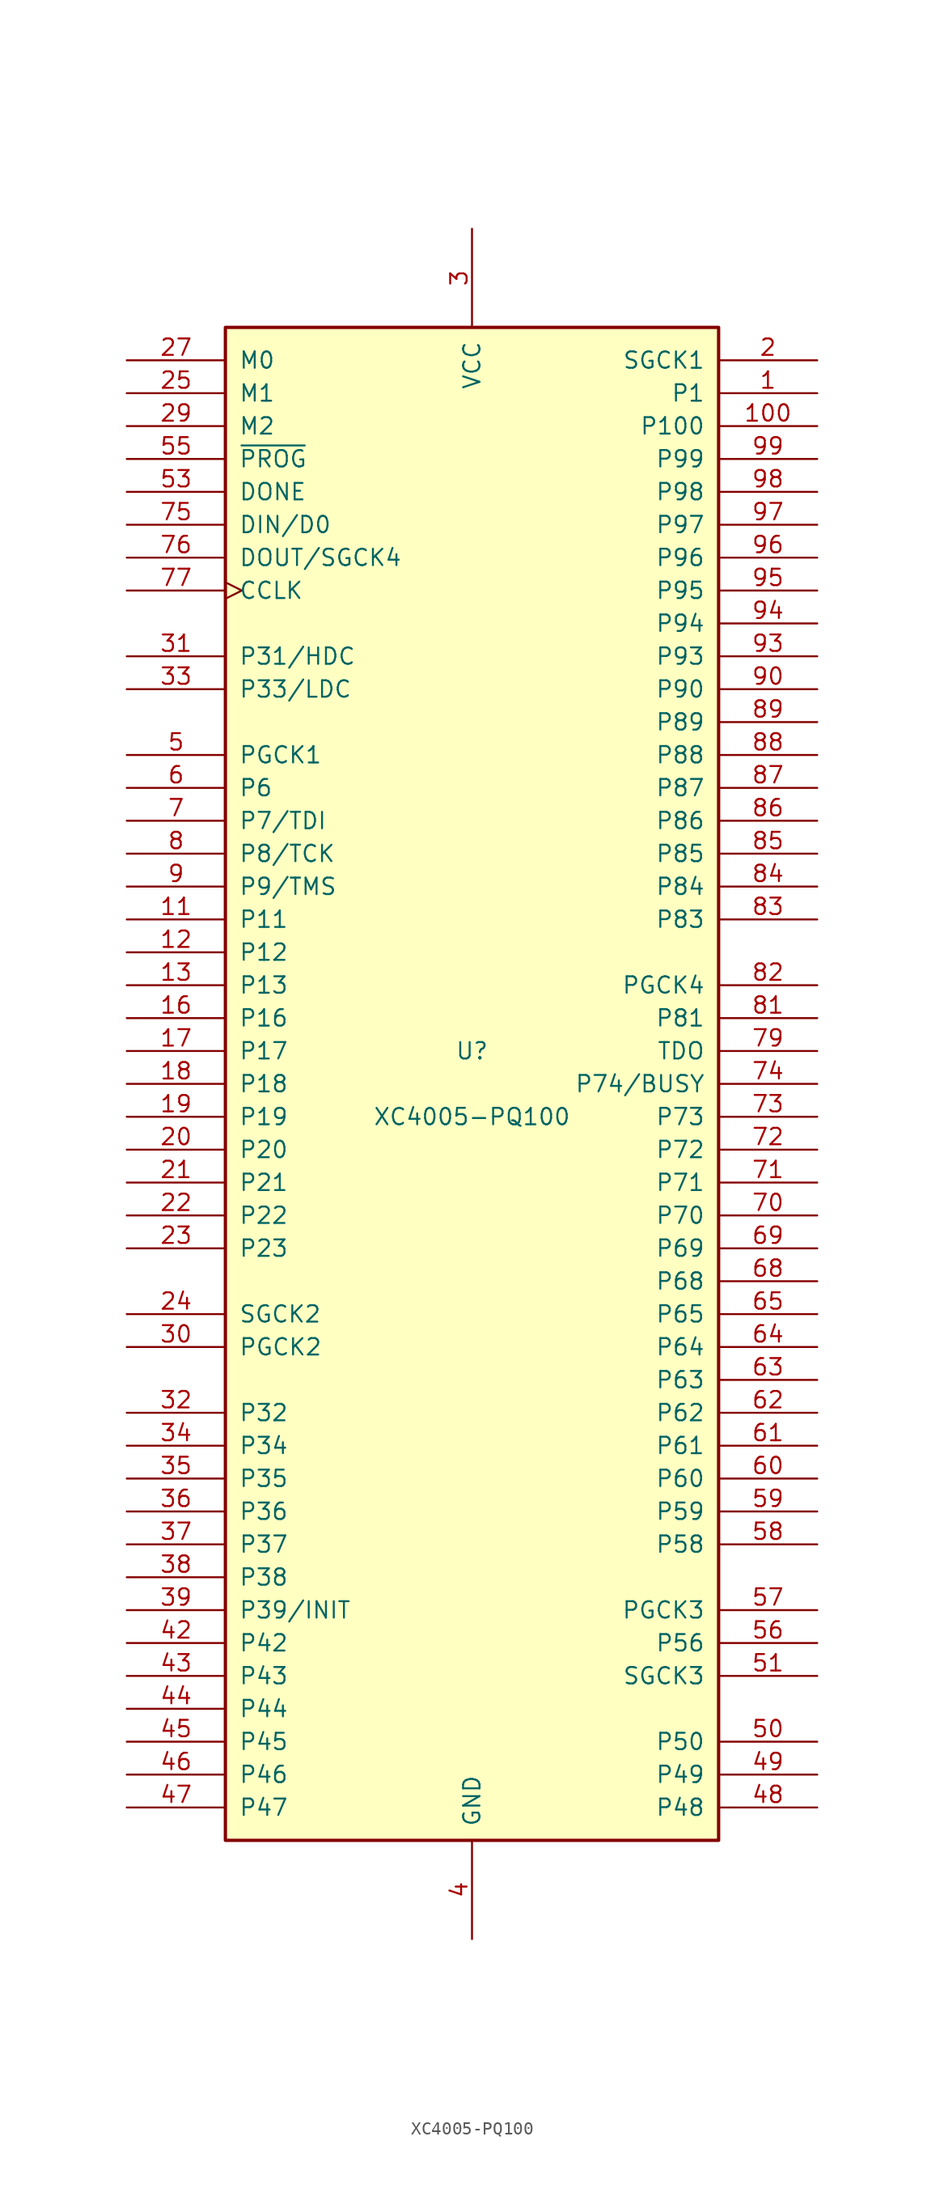
<source format=kicad_sym>
(kicad_symbol_lib
  (version 20241209)
  (generator "kicad_symbol_editor")
  (generator_version "9.0")
  (symbol "XC4005-PQ100"
    (pin_names
      (offset 1.016))
    (property "Reference" "U"
      (at 0 2.54 0)
      (effects (font (size 1.27 1.27))))
    (property "Value" "XC4005-PQ100"
      (at 0 -2.54 0)
      (effects (font (size 1.27 1.27))))
    (symbol "XC4005-PQ100_0_1"
      (rectangle (start -19.05 -58.42) (end 19.05 58.42) (stroke (width 0.254) (type default)) (fill (type background))))
    (symbol "XC4005-PQ100_1_1"
      (pin input line (at -26.67 55.88 0) (length 7.62) (name "M0" (effects (font (size 1.27 1.27)))) (number "27" (effects (font (size 1.27 1.27)))))
      (pin passive line (at -26.67 53.34 0) (length 7.62) (name "M1" (effects (font (size 1.27 1.27)))) (number "25" (effects (font (size 1.27 1.27)))))
      (pin input line (at -26.67 50.8 0) (length 7.62) (name "M2" (effects (font (size 1.27 1.27)))) (number "29" (effects (font (size 1.27 1.27)))))
      (pin input line (at -26.67 48.26 0) (length 7.62) (name "~{PROG}" (effects (font (size 1.27 1.27)))) (number "55" (effects (font (size 1.27 1.27)))))
      (pin open_collector line (at -26.67 45.72 0) (length 7.62) (name "DONE" (effects (font (size 1.27 1.27)))) (number "53" (effects (font (size 1.27 1.27)))))
      (pin passive line (at -26.67 43.18 0) (length 7.62) (name "DIN/D0" (effects (font (size 1.27 1.27)))) (number "75" (effects (font (size 1.27 1.27)))))
      (pin passive line (at -26.67 40.64 0) (length 7.62) (name "DOUT/SGCK4" (effects (font (size 1.27 1.27)))) (number "76" (effects (font (size 1.27 1.27)))))
      (pin input clock (at -26.67 38.1 0) (length 7.62) (name "CCLK" (effects (font (size 1.27 1.27)))) (number "77" (effects (font (size 1.27 1.27)))))
      (pin passive line (at -26.67 33.02 0) (length 7.62) (name "P31/HDC" (effects (font (size 1.27 1.27)))) (number "31" (effects (font (size 1.27 1.27)))))
      (pin passive line (at -26.67 30.48 0) (length 7.62) (name "P33/LDC" (effects (font (size 1.27 1.27)))) (number "33" (effects (font (size 1.27 1.27)))))
      (pin passive line (at -26.67 25.4 0) (length 7.62) (name "PGCK1" (effects (font (size 1.27 1.27)))) (number "5" (effects (font (size 1.27 1.27)))))
      (pin passive line (at -26.67 22.86 0) (length 7.62) (name "P6" (effects (font (size 1.27 1.27)))) (number "6" (effects (font (size 1.27 1.27)))))
      (pin passive line (at -26.67 20.32 0) (length 7.62) (name "P7/TDI" (effects (font (size 1.27 1.27)))) (number "7" (effects (font (size 1.27 1.27)))))
      (pin passive line (at -26.67 17.78 0) (length 7.62) (name "P8/TCK" (effects (font (size 1.27 1.27)))) (number "8" (effects (font (size 1.27 1.27)))))
      (pin passive line (at -26.67 15.24 0) (length 7.62) (name "P9/TMS" (effects (font (size 1.27 1.27)))) (number "9" (effects (font (size 1.27 1.27)))))
      (pin passive line (at -26.67 12.7 0) (length 7.62) (name "P11" (effects (font (size 1.27 1.27)))) (number "11" (effects (font (size 1.27 1.27)))))
      (pin passive line (at -26.67 10.16 0) (length 7.62) (name "P12" (effects (font (size 1.27 1.27)))) (number "12" (effects (font (size 1.27 1.27)))))
      (pin passive line (at -26.67 7.62 0) (length 7.62) (name "P13" (effects (font (size 1.27 1.27)))) (number "13" (effects (font (size 1.27 1.27)))))
      (pin passive line (at -26.67 5.08 0) (length 7.62) (name "P16" (effects (font (size 1.27 1.27)))) (number "16" (effects (font (size 1.27 1.27)))))
      (pin passive line (at -26.67 2.54 0) (length 7.62) (name "P17" (effects (font (size 1.27 1.27)))) (number "17" (effects (font (size 1.27 1.27)))))
      (pin passive line (at -26.67 0 0) (length 7.62) (name "P18" (effects (font (size 1.27 1.27)))) (number "18" (effects (font (size 1.27 1.27)))))
      (pin passive line (at -26.67 -2.54 0) (length 7.62) (name "P19" (effects (font (size 1.27 1.27)))) (number "19" (effects (font (size 1.27 1.27)))))
      (pin passive line (at -26.67 -5.08 0) (length 7.62) (name "P20" (effects (font (size 1.27 1.27)))) (number "20" (effects (font (size 1.27 1.27)))))
      (pin passive line (at -26.67 -7.62 0) (length 7.62) (name "P21" (effects (font (size 1.27 1.27)))) (number "21" (effects (font (size 1.27 1.27)))))
      (pin passive line (at -26.67 -10.16 0) (length 7.62) (name "P22" (effects (font (size 1.27 1.27)))) (number "22" (effects (font (size 1.27 1.27)))))
      (pin passive line (at -26.67 -12.7 0) (length 7.62) (name "P23" (effects (font (size 1.27 1.27)))) (number "23" (effects (font (size 1.27 1.27)))))
      (pin passive line (at -26.67 -17.78 0) (length 7.62) (name "SGCK2" (effects (font (size 1.27 1.27)))) (number "24" (effects (font (size 1.27 1.27)))))
      (pin passive line (at -26.67 -20.32 0) (length 7.62) (name "PGCK2" (effects (font (size 1.27 1.27)))) (number "30" (effects (font (size 1.27 1.27)))))
      (pin passive line (at -26.67 -25.4 0) (length 7.62) (name "P32" (effects (font (size 1.27 1.27)))) (number "32" (effects (font (size 1.27 1.27)))))
      (pin passive line (at -26.67 -27.94 0) (length 7.62) (name "P34" (effects (font (size 1.27 1.27)))) (number "34" (effects (font (size 1.27 1.27)))))
      (pin passive line (at -26.67 -30.48 0) (length 7.62) (name "P35" (effects (font (size 1.27 1.27)))) (number "35" (effects (font (size 1.27 1.27)))))
      (pin passive line (at -26.67 -33.02 0) (length 7.62) (name "P36" (effects (font (size 1.27 1.27)))) (number "36" (effects (font (size 1.27 1.27)))))
      (pin passive line (at -26.67 -35.56 0) (length 7.62) (name "P37" (effects (font (size 1.27 1.27)))) (number "37" (effects (font (size 1.27 1.27)))))
      (pin passive line (at -26.67 -38.1 0) (length 7.62) (name "P38" (effects (font (size 1.27 1.27)))) (number "38" (effects (font (size 1.27 1.27)))))
      (pin passive line (at -26.67 -40.64 0) (length 7.62) (name "P39/INIT" (effects (font (size 1.27 1.27)))) (number "39" (effects (font (size 1.27 1.27)))))
      (pin passive line (at -26.67 -43.18 0) (length 7.62) (name "P42" (effects (font (size 1.27 1.27)))) (number "42" (effects (font (size 1.27 1.27)))))
      (pin passive line (at -26.67 -45.72 0) (length 7.62) (name "P43" (effects (font (size 1.27 1.27)))) (number "43" (effects (font (size 1.27 1.27)))))
      (pin passive line (at -26.67 -48.26 0) (length 7.62) (name "P44" (effects (font (size 1.27 1.27)))) (number "44" (effects (font (size 1.27 1.27)))))
      (pin passive line (at -26.67 -50.8 0) (length 7.62) (name "P45" (effects (font (size 1.27 1.27)))) (number "45" (effects (font (size 1.27 1.27)))))
      (pin passive line (at -26.67 -53.34 0) (length 7.62) (name "P46" (effects (font (size 1.27 1.27)))) (number "46" (effects (font (size 1.27 1.27)))))
      (pin passive line (at -26.67 -55.88 0) (length 7.62) (name "P47" (effects (font (size 1.27 1.27)))) (number "47" (effects (font (size 1.27 1.27)))))
      (pin passive line (at 0 66.04 270) (length 7.62) (hide yes) (name "VCC" (effects (font (size 1.27 1.27)))) (number "15" (effects (font (size 1.27 1.27)))))
      (pin passive line (at 0 66.04 270) (length 7.62) (hide yes) (name "VCC" (effects (font (size 1.27 1.27)))) (number "28" (effects (font (size 1.27 1.27)))))
      (pin power_in line (at 0 66.04 270) (length 7.62) (name "VCC" (effects (font (size 1.27 1.27)))) (number "3" (effects (font (size 1.27 1.27)))))
      (pin passive line (at 0 66.04 270) (length 7.62) (hide yes) (name "VCC" (effects (font (size 1.27 1.27)))) (number "40" (effects (font (size 1.27 1.27)))))
      (pin passive line (at 0 66.04 270) (length 7.62) (hide yes) (name "VCC" (effects (font (size 1.27 1.27)))) (number "54" (effects (font (size 1.27 1.27)))))
      (pin passive line (at 0 66.04 270) (length 7.62) (hide yes) (name "VCC" (effects (font (size 1.27 1.27)))) (number "66" (effects (font (size 1.27 1.27)))))
      (pin passive line (at 0 66.04 270) (length 7.62) (hide yes) (name "VCC" (effects (font (size 1.27 1.27)))) (number "78" (effects (font (size 1.27 1.27)))))
      (pin passive line (at 0 66.04 270) (length 7.62) (hide yes) (name "VCC" (effects (font (size 1.27 1.27)))) (number "92" (effects (font (size 1.27 1.27)))))
      (pin passive line (at 0 -66.04 90) (length 7.62) (hide yes) (name "GND" (effects (font (size 1.27 1.27)))) (number "14" (effects (font (size 1.27 1.27)))))
      (pin passive line (at 0 -66.04 90) (length 7.62) (hide yes) (name "GND" (effects (font (size 1.27 1.27)))) (number "26" (effects (font (size 1.27 1.27)))))
      (pin power_in line (at 0 -66.04 90) (length 7.62) (name "GND" (effects (font (size 1.27 1.27)))) (number "4" (effects (font (size 1.27 1.27)))))
      (pin passive line (at 0 -66.04 90) (length 7.62) (hide yes) (name "GND" (effects (font (size 1.27 1.27)))) (number "41" (effects (font (size 1.27 1.27)))))
      (pin passive line (at 0 -66.04 90) (length 7.62) (hide yes) (name "GND" (effects (font (size 1.27 1.27)))) (number "52" (effects (font (size 1.27 1.27)))))
      (pin passive line (at 0 -66.04 90) (length 7.62) (hide yes) (name "GND" (effects (font (size 1.27 1.27)))) (number "67" (effects (font (size 1.27 1.27)))))
      (pin passive line (at 0 -66.04 90) (length 7.62) (hide yes) (name "GND" (effects (font (size 1.27 1.27)))) (number "80" (effects (font (size 1.27 1.27)))))
      (pin passive line (at 0 -66.04 90) (length 7.62) (hide yes) (name "GND" (effects (font (size 1.27 1.27)))) (number "91" (effects (font (size 1.27 1.27)))))
      (pin passive line (at 26.67 55.88 180) (length 7.62) (name "SGCK1" (effects (font (size 1.27 1.27)))) (number "2" (effects (font (size 1.27 1.27)))))
      (pin passive line (at 26.67 53.34 180) (length 7.62) (name "P1" (effects (font (size 1.27 1.27)))) (number "1" (effects (font (size 1.27 1.27)))))
      (pin passive line (at 26.67 50.8 180) (length 7.62) (name "P100" (effects (font (size 1.27 1.27)))) (number "100" (effects (font (size 1.27 1.27)))))
      (pin passive line (at 26.67 48.26 180) (length 7.62) (name "P99" (effects (font (size 1.27 1.27)))) (number "99" (effects (font (size 1.27 1.27)))))
      (pin passive line (at 26.67 45.72 180) (length 7.62) (name "P98" (effects (font (size 1.27 1.27)))) (number "98" (effects (font (size 1.27 1.27)))))
      (pin passive line (at 26.67 43.18 180) (length 7.62) (name "P97" (effects (font (size 1.27 1.27)))) (number "97" (effects (font (size 1.27 1.27)))))
      (pin passive line (at 26.67 40.64 180) (length 7.62) (name "P96" (effects (font (size 1.27 1.27)))) (number "96" (effects (font (size 1.27 1.27)))))
      (pin passive line (at 26.67 38.1 180) (length 7.62) (name "P95" (effects (font (size 1.27 1.27)))) (number "95" (effects (font (size 1.27 1.27)))))
      (pin passive line (at 26.67 35.56 180) (length 7.62) (name "P94" (effects (font (size 1.27 1.27)))) (number "94" (effects (font (size 1.27 1.27)))))
      (pin passive line (at 26.67 33.02 180) (length 7.62) (name "P93" (effects (font (size 1.27 1.27)))) (number "93" (effects (font (size 1.27 1.27)))))
      (pin passive line (at 26.67 30.48 180) (length 7.62) (name "P90" (effects (font (size 1.27 1.27)))) (number "90" (effects (font (size 1.27 1.27)))))
      (pin passive line (at 26.67 27.94 180) (length 7.62) (name "P89" (effects (font (size 1.27 1.27)))) (number "89" (effects (font (size 1.27 1.27)))))
      (pin passive line (at 26.67 25.4 180) (length 7.62) (name "P88" (effects (font (size 1.27 1.27)))) (number "88" (effects (font (size 1.27 1.27)))))
      (pin passive line (at 26.67 22.86 180) (length 7.62) (name "P87" (effects (font (size 1.27 1.27)))) (number "87" (effects (font (size 1.27 1.27)))))
      (pin passive line (at 26.67 20.32 180) (length 7.62) (name "P86" (effects (font (size 1.27 1.27)))) (number "86" (effects (font (size 1.27 1.27)))))
      (pin passive line (at 26.67 17.78 180) (length 7.62) (name "P85" (effects (font (size 1.27 1.27)))) (number "85" (effects (font (size 1.27 1.27)))))
      (pin passive line (at 26.67 15.24 180) (length 7.62) (name "P84" (effects (font (size 1.27 1.27)))) (number "84" (effects (font (size 1.27 1.27)))))
      (pin passive line (at 26.67 12.7 180) (length 7.62) (name "P83" (effects (font (size 1.27 1.27)))) (number "83" (effects (font (size 1.27 1.27)))))
      (pin passive line (at 26.67 7.62 180) (length 7.62) (name "PGCK4" (effects (font (size 1.27 1.27)))) (number "82" (effects (font (size 1.27 1.27)))))
      (pin passive line (at 26.67 5.08 180) (length 7.62) (name "P81" (effects (font (size 1.27 1.27)))) (number "81" (effects (font (size 1.27 1.27)))))
      (pin output line (at 26.67 2.54 180) (length 7.62) (name "TDO" (effects (font (size 1.27 1.27)))) (number "79" (effects (font (size 1.27 1.27)))))
      (pin passive line (at 26.67 0 180) (length 7.62) (name "P74/BUSY" (effects (font (size 1.27 1.27)))) (number "74" (effects (font (size 1.27 1.27)))))
      (pin passive line (at 26.67 -2.54 180) (length 7.62) (name "P73" (effects (font (size 1.27 1.27)))) (number "73" (effects (font (size 1.27 1.27)))))
      (pin passive line (at 26.67 -5.08 180) (length 7.62) (name "P72" (effects (font (size 1.27 1.27)))) (number "72" (effects (font (size 1.27 1.27)))))
      (pin passive line (at 26.67 -7.62 180) (length 7.62) (name "P71" (effects (font (size 1.27 1.27)))) (number "71" (effects (font (size 1.27 1.27)))))
      (pin passive line (at 26.67 -10.16 180) (length 7.62) (name "P70" (effects (font (size 1.27 1.27)))) (number "70" (effects (font (size 1.27 1.27)))))
      (pin passive line (at 26.67 -12.7 180) (length 7.62) (name "P69" (effects (font (size 1.27 1.27)))) (number "69" (effects (font (size 1.27 1.27)))))
      (pin passive line (at 26.67 -15.24 180) (length 7.62) (name "P68" (effects (font (size 1.27 1.27)))) (number "68" (effects (font (size 1.27 1.27)))))
      (pin passive line (at 26.67 -17.78 180) (length 7.62) (name "P65" (effects (font (size 1.27 1.27)))) (number "65" (effects (font (size 1.27 1.27)))))
      (pin passive line (at 26.67 -20.32 180) (length 7.62) (name "P64" (effects (font (size 1.27 1.27)))) (number "64" (effects (font (size 1.27 1.27)))))
      (pin passive line (at 26.67 -22.86 180) (length 7.62) (name "P63" (effects (font (size 1.27 1.27)))) (number "63" (effects (font (size 1.27 1.27)))))
      (pin passive line (at 26.67 -25.4 180) (length 7.62) (name "P62" (effects (font (size 1.27 1.27)))) (number "62" (effects (font (size 1.27 1.27)))))
      (pin passive line (at 26.67 -27.94 180) (length 7.62) (name "P61" (effects (font (size 1.27 1.27)))) (number "61" (effects (font (size 1.27 1.27)))))
      (pin passive line (at 26.67 -30.48 180) (length 7.62) (name "P60" (effects (font (size 1.27 1.27)))) (number "60" (effects (font (size 1.27 1.27)))))
      (pin passive line (at 26.67 -33.02 180) (length 7.62) (name "P59" (effects (font (size 1.27 1.27)))) (number "59" (effects (font (size 1.27 1.27)))))
      (pin passive line (at 26.67 -35.56 180) (length 7.62) (name "P58" (effects (font (size 1.27 1.27)))) (number "58" (effects (font (size 1.27 1.27)))))
      (pin passive line (at 26.67 -40.64 180) (length 7.62) (name "PGCK3" (effects (font (size 1.27 1.27)))) (number "57" (effects (font (size 1.27 1.27)))))
      (pin passive line (at 26.67 -43.18 180) (length 7.62) (name "P56" (effects (font (size 1.27 1.27)))) (number "56" (effects (font (size 1.27 1.27)))))
      (pin passive line (at 26.67 -45.72 180) (length 7.62) (name "SGCK3" (effects (font (size 1.27 1.27)))) (number "51" (effects (font (size 1.27 1.27)))))
      (pin passive line (at 26.67 -50.8 180) (length 7.62) (name "P50" (effects (font (size 1.27 1.27)))) (number "50" (effects (font (size 1.27 1.27)))))
      (pin passive line (at 26.67 -53.34 180) (length 7.62) (name "P49" (effects (font (size 1.27 1.27)))) (number "49" (effects (font (size 1.27 1.27)))))
      (pin passive line (at 26.67 -55.88 180) (length 7.62) (name "P48" (effects (font (size 1.27 1.27)))) (number "48" (effects (font (size 1.27 1.27))))))))
</source>
